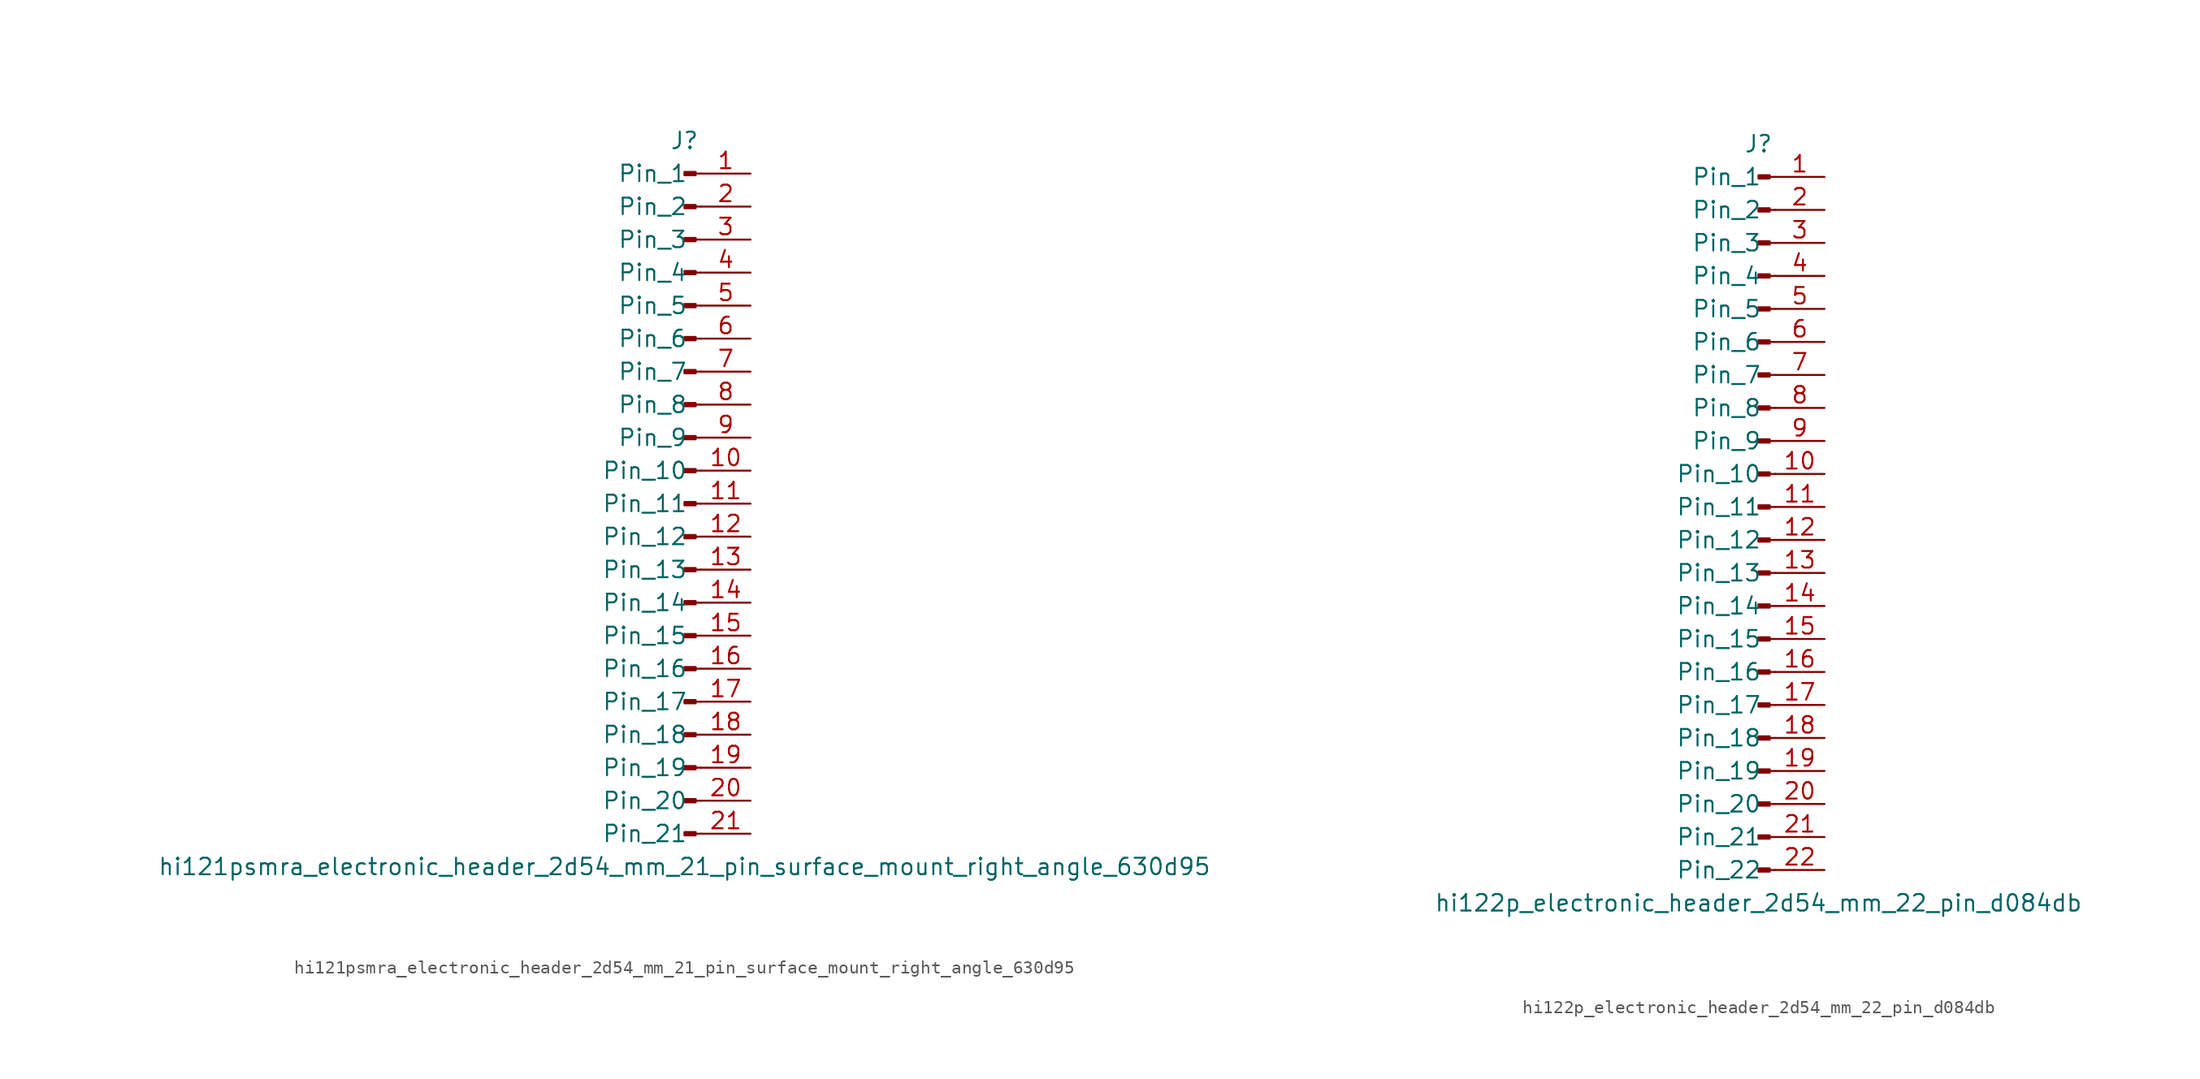
<source format=kicad_sym>
(kicad_symbol_lib
  (version 20220914)
  (generator kicad_symbol_editor)
  (symbol "hi121psmra_electronic_header_2d54_mm_21_pin_surface_mount_right_angle_630d95"
    (pin_names
      (offset 1.016))
    (property "Reference" "J"
      (at 0 27.94 0)
      (effects (font (size 1.27 1.27))))
    (property "Value" "hi121psmra_electronic_header_2d54_mm_21_pin_surface_mount_right_angle_630d95"
      (at 0 -27.94 0)
      (effects (font (size 1.27 1.27))))
    (property "ki_locked" ""
      (at 0 0 0)
      (effects (font (size 1.27 1.27))))
    (symbol "hi121psmra_electronic_header_2d54_mm_21_pin_surface_mount_right_angle_630d95_1_1"
      (polyline (pts (xy 1.27 -25.4) (xy 0.864 -25.4)) (stroke (width 0.152) (type default)) (fill (type none)))
      (polyline (pts (xy 1.27 -22.86) (xy 0.864 -22.86)) (stroke (width 0.152) (type default)) (fill (type none)))
      (polyline (pts (xy 1.27 -20.32) (xy 0.864 -20.32)) (stroke (width 0.152) (type default)) (fill (type none)))
      (polyline (pts (xy 1.27 -17.78) (xy 0.864 -17.78)) (stroke (width 0.152) (type default)) (fill (type none)))
      (polyline (pts (xy 1.27 -15.24) (xy 0.864 -15.24)) (stroke (width 0.152) (type default)) (fill (type none)))
      (polyline (pts (xy 1.27 -12.7) (xy 0.864 -12.7)) (stroke (width 0.152) (type default)) (fill (type none)))
      (polyline (pts (xy 1.27 -10.16) (xy 0.864 -10.16)) (stroke (width 0.152) (type default)) (fill (type none)))
      (polyline (pts (xy 1.27 -7.62) (xy 0.864 -7.62)) (stroke (width 0.152) (type default)) (fill (type none)))
      (polyline (pts (xy 1.27 -5.08) (xy 0.864 -5.08)) (stroke (width 0.152) (type default)) (fill (type none)))
      (polyline (pts (xy 1.27 -2.54) (xy 0.864 -2.54)) (stroke (width 0.152) (type default)) (fill (type none)))
      (polyline (pts (xy 1.27 0) (xy 0.864 0)) (stroke (width 0.152) (type default)) (fill (type none)))
      (polyline (pts (xy 1.27 2.54) (xy 0.864 2.54)) (stroke (width 0.152) (type default)) (fill (type none)))
      (polyline (pts (xy 1.27 5.08) (xy 0.864 5.08)) (stroke (width 0.152) (type default)) (fill (type none)))
      (polyline (pts (xy 1.27 7.62) (xy 0.864 7.62)) (stroke (width 0.152) (type default)) (fill (type none)))
      (polyline (pts (xy 1.27 10.16) (xy 0.864 10.16)) (stroke (width 0.152) (type default)) (fill (type none)))
      (polyline (pts (xy 1.27 12.7) (xy 0.864 12.7)) (stroke (width 0.152) (type default)) (fill (type none)))
      (polyline (pts (xy 1.27 15.24) (xy 0.864 15.24)) (stroke (width 0.152) (type default)) (fill (type none)))
      (polyline (pts (xy 1.27 17.78) (xy 0.864 17.78)) (stroke (width 0.152) (type default)) (fill (type none)))
      (polyline (pts (xy 1.27 20.32) (xy 0.864 20.32)) (stroke (width 0.152) (type default)) (fill (type none)))
      (polyline (pts (xy 1.27 22.86) (xy 0.864 22.86)) (stroke (width 0.152) (type default)) (fill (type none)))
      (polyline (pts (xy 1.27 25.4) (xy 0.864 25.4)) (stroke (width 0.152) (type default)) (fill (type none)))
      (rectangle (start 0.864 -25.273) (end 0 -25.527) (stroke (width 0.152) (type default)) (fill (type outline)))
      (rectangle (start 0.864 -22.733) (end 0 -22.987) (stroke (width 0.152) (type default)) (fill (type outline)))
      (rectangle (start 0.864 -20.193) (end 0 -20.447) (stroke (width 0.152) (type default)) (fill (type outline)))
      (rectangle (start 0.864 -17.653) (end 0 -17.907) (stroke (width 0.152) (type default)) (fill (type outline)))
      (rectangle (start 0.864 -15.113) (end 0 -15.367) (stroke (width 0.152) (type default)) (fill (type outline)))
      (rectangle (start 0.864 -12.573) (end 0 -12.827) (stroke (width 0.152) (type default)) (fill (type outline)))
      (rectangle (start 0.864 -10.033) (end 0 -10.287) (stroke (width 0.152) (type default)) (fill (type outline)))
      (rectangle (start 0.864 -7.493) (end 0 -7.747) (stroke (width 0.152) (type default)) (fill (type outline)))
      (rectangle (start 0.864 -4.953) (end 0 -5.207) (stroke (width 0.152) (type default)) (fill (type outline)))
      (rectangle (start 0.864 -2.413) (end 0 -2.667) (stroke (width 0.152) (type default)) (fill (type outline)))
      (rectangle (start 0.864 0.127) (end 0 -0.127) (stroke (width 0.152) (type default)) (fill (type outline)))
      (rectangle (start 0.864 2.667) (end 0 2.413) (stroke (width 0.152) (type default)) (fill (type outline)))
      (rectangle (start 0.864 5.207) (end 0 4.953) (stroke (width 0.152) (type default)) (fill (type outline)))
      (rectangle (start 0.864 7.747) (end 0 7.493) (stroke (width 0.152) (type default)) (fill (type outline)))
      (rectangle (start 0.864 10.287) (end 0 10.033) (stroke (width 0.152) (type default)) (fill (type outline)))
      (rectangle (start 0.864 12.827) (end 0 12.573) (stroke (width 0.152) (type default)) (fill (type outline)))
      (rectangle (start 0.864 15.367) (end 0 15.113) (stroke (width 0.152) (type default)) (fill (type outline)))
      (rectangle (start 0.864 17.907) (end 0 17.653) (stroke (width 0.152) (type default)) (fill (type outline)))
      (rectangle (start 0.864 20.447) (end 0 20.193) (stroke (width 0.152) (type default)) (fill (type outline)))
      (rectangle (start 0.864 22.987) (end 0 22.733) (stroke (width 0.152) (type default)) (fill (type outline)))
      (rectangle (start 0.864 25.527) (end 0 25.273) (stroke (width 0.152) (type default)) (fill (type outline)))
      (pin passive line (at 5.08 25.4 180) (length 3.81) (name "Pin_1" (effects (font (size 1.27 1.27)))) (number "1" (effects (font (size 1.27 1.27)))))
      (pin passive line (at 5.08 2.54 180) (length 3.81) (name "Pin_10" (effects (font (size 1.27 1.27)))) (number "10" (effects (font (size 1.27 1.27)))))
      (pin passive line (at 5.08 0 180) (length 3.81) (name "Pin_11" (effects (font (size 1.27 1.27)))) (number "11" (effects (font (size 1.27 1.27)))))
      (pin passive line (at 5.08 -2.54 180) (length 3.81) (name "Pin_12" (effects (font (size 1.27 1.27)))) (number "12" (effects (font (size 1.27 1.27)))))
      (pin passive line (at 5.08 -5.08 180) (length 3.81) (name "Pin_13" (effects (font (size 1.27 1.27)))) (number "13" (effects (font (size 1.27 1.27)))))
      (pin passive line (at 5.08 -7.62 180) (length 3.81) (name "Pin_14" (effects (font (size 1.27 1.27)))) (number "14" (effects (font (size 1.27 1.27)))))
      (pin passive line (at 5.08 -10.16 180) (length 3.81) (name "Pin_15" (effects (font (size 1.27 1.27)))) (number "15" (effects (font (size 1.27 1.27)))))
      (pin passive line (at 5.08 -12.7 180) (length 3.81) (name "Pin_16" (effects (font (size 1.27 1.27)))) (number "16" (effects (font (size 1.27 1.27)))))
      (pin passive line (at 5.08 -15.24 180) (length 3.81) (name "Pin_17" (effects (font (size 1.27 1.27)))) (number "17" (effects (font (size 1.27 1.27)))))
      (pin passive line (at 5.08 -17.78 180) (length 3.81) (name "Pin_18" (effects (font (size 1.27 1.27)))) (number "18" (effects (font (size 1.27 1.27)))))
      (pin passive line (at 5.08 -20.32 180) (length 3.81) (name "Pin_19" (effects (font (size 1.27 1.27)))) (number "19" (effects (font (size 1.27 1.27)))))
      (pin passive line (at 5.08 22.86 180) (length 3.81) (name "Pin_2" (effects (font (size 1.27 1.27)))) (number "2" (effects (font (size 1.27 1.27)))))
      (pin passive line (at 5.08 -22.86 180) (length 3.81) (name "Pin_20" (effects (font (size 1.27 1.27)))) (number "20" (effects (font (size 1.27 1.27)))))
      (pin passive line (at 5.08 -25.4 180) (length 3.81) (name "Pin_21" (effects (font (size 1.27 1.27)))) (number "21" (effects (font (size 1.27 1.27)))))
      (pin passive line (at 5.08 20.32 180) (length 3.81) (name "Pin_3" (effects (font (size 1.27 1.27)))) (number "3" (effects (font (size 1.27 1.27)))))
      (pin passive line (at 5.08 17.78 180) (length 3.81) (name "Pin_4" (effects (font (size 1.27 1.27)))) (number "4" (effects (font (size 1.27 1.27)))))
      (pin passive line (at 5.08 15.24 180) (length 3.81) (name "Pin_5" (effects (font (size 1.27 1.27)))) (number "5" (effects (font (size 1.27 1.27)))))
      (pin passive line (at 5.08 12.7 180) (length 3.81) (name "Pin_6" (effects (font (size 1.27 1.27)))) (number "6" (effects (font (size 1.27 1.27)))))
      (pin passive line (at 5.08 10.16 180) (length 3.81) (name "Pin_7" (effects (font (size 1.27 1.27)))) (number "7" (effects (font (size 1.27 1.27)))))
      (pin passive line (at 5.08 7.62 180) (length 3.81) (name "Pin_8" (effects (font (size 1.27 1.27)))) (number "8" (effects (font (size 1.27 1.27)))))
      (pin passive line (at 5.08 5.08 180) (length 3.81) (name "Pin_9" (effects (font (size 1.27 1.27)))) (number "9" (effects (font (size 1.27 1.27)))))))
  (symbol "hi122p_electronic_header_2d54_mm_22_pin_d084db"
    (pin_names
      (offset 1.016))
    (property "Reference" "J"
      (at 0 27.94 0)
      (effects (font (size 1.27 1.27))))
    (property "Value" "hi122p_electronic_header_2d54_mm_22_pin_d084db"
      (at 0 -30.48 0)
      (effects (font (size 1.27 1.27))))
    (property "ki_locked" ""
      (at 0 0 0)
      (effects (font (size 1.27 1.27))))
    (symbol "hi122p_electronic_header_2d54_mm_22_pin_d084db_1_1"
      (polyline (pts (xy 1.27 -27.94) (xy 0.864 -27.94)) (stroke (width 0.152) (type default)) (fill (type none)))
      (polyline (pts (xy 1.27 -25.4) (xy 0.864 -25.4)) (stroke (width 0.152) (type default)) (fill (type none)))
      (polyline (pts (xy 1.27 -22.86) (xy 0.864 -22.86)) (stroke (width 0.152) (type default)) (fill (type none)))
      (polyline (pts (xy 1.27 -20.32) (xy 0.864 -20.32)) (stroke (width 0.152) (type default)) (fill (type none)))
      (polyline (pts (xy 1.27 -17.78) (xy 0.864 -17.78)) (stroke (width 0.152) (type default)) (fill (type none)))
      (polyline (pts (xy 1.27 -15.24) (xy 0.864 -15.24)) (stroke (width 0.152) (type default)) (fill (type none)))
      (polyline (pts (xy 1.27 -12.7) (xy 0.864 -12.7)) (stroke (width 0.152) (type default)) (fill (type none)))
      (polyline (pts (xy 1.27 -10.16) (xy 0.864 -10.16)) (stroke (width 0.152) (type default)) (fill (type none)))
      (polyline (pts (xy 1.27 -7.62) (xy 0.864 -7.62)) (stroke (width 0.152) (type default)) (fill (type none)))
      (polyline (pts (xy 1.27 -5.08) (xy 0.864 -5.08)) (stroke (width 0.152) (type default)) (fill (type none)))
      (polyline (pts (xy 1.27 -2.54) (xy 0.864 -2.54)) (stroke (width 0.152) (type default)) (fill (type none)))
      (polyline (pts (xy 1.27 0) (xy 0.864 0)) (stroke (width 0.152) (type default)) (fill (type none)))
      (polyline (pts (xy 1.27 2.54) (xy 0.864 2.54)) (stroke (width 0.152) (type default)) (fill (type none)))
      (polyline (pts (xy 1.27 5.08) (xy 0.864 5.08)) (stroke (width 0.152) (type default)) (fill (type none)))
      (polyline (pts (xy 1.27 7.62) (xy 0.864 7.62)) (stroke (width 0.152) (type default)) (fill (type none)))
      (polyline (pts (xy 1.27 10.16) (xy 0.864 10.16)) (stroke (width 0.152) (type default)) (fill (type none)))
      (polyline (pts (xy 1.27 12.7) (xy 0.864 12.7)) (stroke (width 0.152) (type default)) (fill (type none)))
      (polyline (pts (xy 1.27 15.24) (xy 0.864 15.24)) (stroke (width 0.152) (type default)) (fill (type none)))
      (polyline (pts (xy 1.27 17.78) (xy 0.864 17.78)) (stroke (width 0.152) (type default)) (fill (type none)))
      (polyline (pts (xy 1.27 20.32) (xy 0.864 20.32)) (stroke (width 0.152) (type default)) (fill (type none)))
      (polyline (pts (xy 1.27 22.86) (xy 0.864 22.86)) (stroke (width 0.152) (type default)) (fill (type none)))
      (polyline (pts (xy 1.27 25.4) (xy 0.864 25.4)) (stroke (width 0.152) (type default)) (fill (type none)))
      (rectangle (start 0.864 -27.813) (end 0 -28.067) (stroke (width 0.152) (type default)) (fill (type outline)))
      (rectangle (start 0.864 -25.273) (end 0 -25.527) (stroke (width 0.152) (type default)) (fill (type outline)))
      (rectangle (start 0.864 -22.733) (end 0 -22.987) (stroke (width 0.152) (type default)) (fill (type outline)))
      (rectangle (start 0.864 -20.193) (end 0 -20.447) (stroke (width 0.152) (type default)) (fill (type outline)))
      (rectangle (start 0.864 -17.653) (end 0 -17.907) (stroke (width 0.152) (type default)) (fill (type outline)))
      (rectangle (start 0.864 -15.113) (end 0 -15.367) (stroke (width 0.152) (type default)) (fill (type outline)))
      (rectangle (start 0.864 -12.573) (end 0 -12.827) (stroke (width 0.152) (type default)) (fill (type outline)))
      (rectangle (start 0.864 -10.033) (end 0 -10.287) (stroke (width 0.152) (type default)) (fill (type outline)))
      (rectangle (start 0.864 -7.493) (end 0 -7.747) (stroke (width 0.152) (type default)) (fill (type outline)))
      (rectangle (start 0.864 -4.953) (end 0 -5.207) (stroke (width 0.152) (type default)) (fill (type outline)))
      (rectangle (start 0.864 -2.413) (end 0 -2.667) (stroke (width 0.152) (type default)) (fill (type outline)))
      (rectangle (start 0.864 0.127) (end 0 -0.127) (stroke (width 0.152) (type default)) (fill (type outline)))
      (rectangle (start 0.864 2.667) (end 0 2.413) (stroke (width 0.152) (type default)) (fill (type outline)))
      (rectangle (start 0.864 5.207) (end 0 4.953) (stroke (width 0.152) (type default)) (fill (type outline)))
      (rectangle (start 0.864 7.747) (end 0 7.493) (stroke (width 0.152) (type default)) (fill (type outline)))
      (rectangle (start 0.864 10.287) (end 0 10.033) (stroke (width 0.152) (type default)) (fill (type outline)))
      (rectangle (start 0.864 12.827) (end 0 12.573) (stroke (width 0.152) (type default)) (fill (type outline)))
      (rectangle (start 0.864 15.367) (end 0 15.113) (stroke (width 0.152) (type default)) (fill (type outline)))
      (rectangle (start 0.864 17.907) (end 0 17.653) (stroke (width 0.152) (type default)) (fill (type outline)))
      (rectangle (start 0.864 20.447) (end 0 20.193) (stroke (width 0.152) (type default)) (fill (type outline)))
      (rectangle (start 0.864 22.987) (end 0 22.733) (stroke (width 0.152) (type default)) (fill (type outline)))
      (rectangle (start 0.864 25.527) (end 0 25.273) (stroke (width 0.152) (type default)) (fill (type outline)))
      (pin passive line (at 5.08 25.4 180) (length 3.81) (name "Pin_1" (effects (font (size 1.27 1.27)))) (number "1" (effects (font (size 1.27 1.27)))))
      (pin passive line (at 5.08 2.54 180) (length 3.81) (name "Pin_10" (effects (font (size 1.27 1.27)))) (number "10" (effects (font (size 1.27 1.27)))))
      (pin passive line (at 5.08 0 180) (length 3.81) (name "Pin_11" (effects (font (size 1.27 1.27)))) (number "11" (effects (font (size 1.27 1.27)))))
      (pin passive line (at 5.08 -2.54 180) (length 3.81) (name "Pin_12" (effects (font (size 1.27 1.27)))) (number "12" (effects (font (size 1.27 1.27)))))
      (pin passive line (at 5.08 -5.08 180) (length 3.81) (name "Pin_13" (effects (font (size 1.27 1.27)))) (number "13" (effects (font (size 1.27 1.27)))))
      (pin passive line (at 5.08 -7.62 180) (length 3.81) (name "Pin_14" (effects (font (size 1.27 1.27)))) (number "14" (effects (font (size 1.27 1.27)))))
      (pin passive line (at 5.08 -10.16 180) (length 3.81) (name "Pin_15" (effects (font (size 1.27 1.27)))) (number "15" (effects (font (size 1.27 1.27)))))
      (pin passive line (at 5.08 -12.7 180) (length 3.81) (name "Pin_16" (effects (font (size 1.27 1.27)))) (number "16" (effects (font (size 1.27 1.27)))))
      (pin passive line (at 5.08 -15.24 180) (length 3.81) (name "Pin_17" (effects (font (size 1.27 1.27)))) (number "17" (effects (font (size 1.27 1.27)))))
      (pin passive line (at 5.08 -17.78 180) (length 3.81) (name "Pin_18" (effects (font (size 1.27 1.27)))) (number "18" (effects (font (size 1.27 1.27)))))
      (pin passive line (at 5.08 -20.32 180) (length 3.81) (name "Pin_19" (effects (font (size 1.27 1.27)))) (number "19" (effects (font (size 1.27 1.27)))))
      (pin passive line (at 5.08 22.86 180) (length 3.81) (name "Pin_2" (effects (font (size 1.27 1.27)))) (number "2" (effects (font (size 1.27 1.27)))))
      (pin passive line (at 5.08 -22.86 180) (length 3.81) (name "Pin_20" (effects (font (size 1.27 1.27)))) (number "20" (effects (font (size 1.27 1.27)))))
      (pin passive line (at 5.08 -25.4 180) (length 3.81) (name "Pin_21" (effects (font (size 1.27 1.27)))) (number "21" (effects (font (size 1.27 1.27)))))
      (pin passive line (at 5.08 -27.94 180) (length 3.81) (name "Pin_22" (effects (font (size 1.27 1.27)))) (number "22" (effects (font (size 1.27 1.27)))))
      (pin passive line (at 5.08 20.32 180) (length 3.81) (name "Pin_3" (effects (font (size 1.27 1.27)))) (number "3" (effects (font (size 1.27 1.27)))))
      (pin passive line (at 5.08 17.78 180) (length 3.81) (name "Pin_4" (effects (font (size 1.27 1.27)))) (number "4" (effects (font (size 1.27 1.27)))))
      (pin passive line (at 5.08 15.24 180) (length 3.81) (name "Pin_5" (effects (font (size 1.27 1.27)))) (number "5" (effects (font (size 1.27 1.27)))))
      (pin passive line (at 5.08 12.7 180) (length 3.81) (name "Pin_6" (effects (font (size 1.27 1.27)))) (number "6" (effects (font (size 1.27 1.27)))))
      (pin passive line (at 5.08 10.16 180) (length 3.81) (name "Pin_7" (effects (font (size 1.27 1.27)))) (number "7" (effects (font (size 1.27 1.27)))))
      (pin passive line (at 5.08 7.62 180) (length 3.81) (name "Pin_8" (effects (font (size 1.27 1.27)))) (number "8" (effects (font (size 1.27 1.27)))))
      (pin passive line (at 5.08 5.08 180) (length 3.81) (name "Pin_9" (effects (font (size 1.27 1.27)))) (number "9" (effects (font (size 1.27 1.27))))))))
</source>
